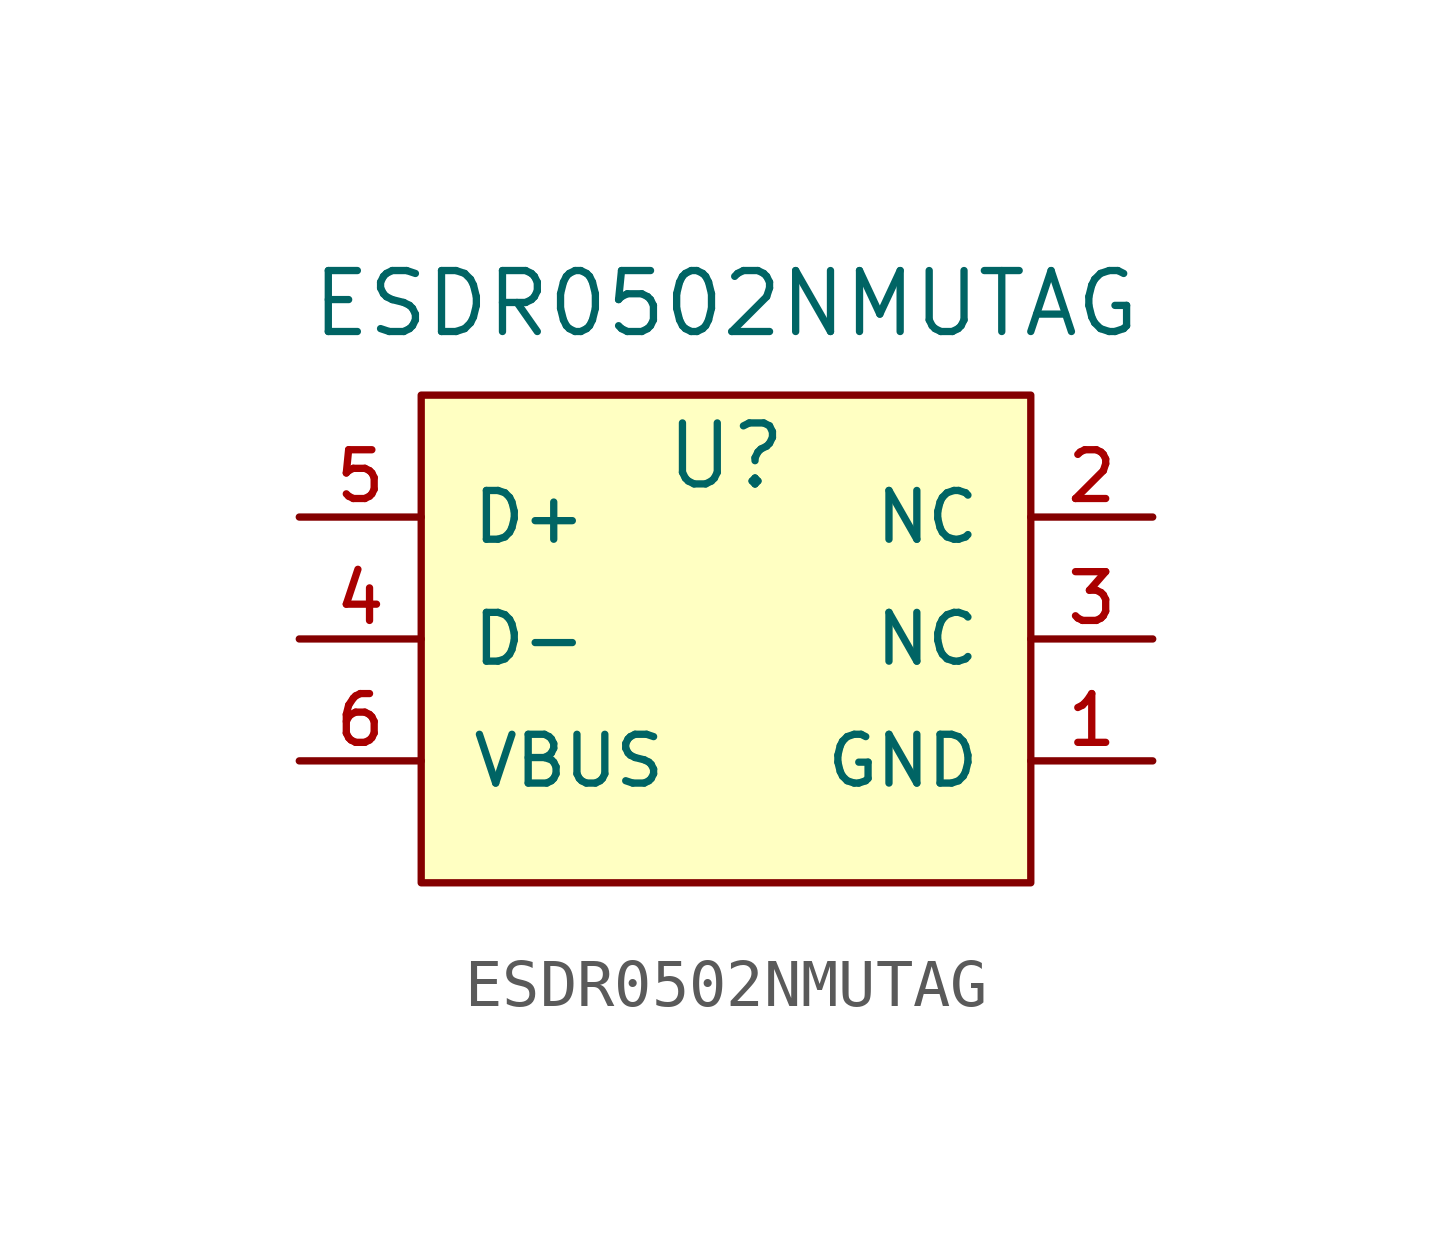
<source format=kicad_sym>
(kicad_symbol_lib
  (version 20211014)
  (generator kicad_symbol_editor)
  (symbol "ESDR0502NMUTAG"
    (pin_names
      (offset 1.016))
    (property "Reference" "U"
      (at 0 3.81 0)
      (effects (font (size 1.27 1.27))))
    (property "Value" "ESDR0502NMUTAG"
      (at 0 6.985 0)
      (effects (font (size 1.27 1.27))))
    (symbol "ESDR0502NMUTAG_1_1"
      (rectangle (start -6.35 5.08) (end 6.35 -5.08) (stroke (width 0) (type default) (color 0 0 0 0)) (fill (type background)))
      (pin power_in line (at 8.89 -2.54 180) (length 2.54) (name "GND" (effects (font (size 1.016 1.016)))) (number "1" (effects (font (size 1.016 1.016)))))
      (pin passive line (at 8.89 2.54 180) (length 2.54) (name "NC" (effects (font (size 1.016 1.016)))) (number "2" (effects (font (size 1.016 1.016)))))
      (pin passive line (at 8.89 0 180) (length 2.54) (name "NC" (effects (font (size 1.016 1.016)))) (number "3" (effects (font (size 1.016 1.016)))))
      (pin passive line (at -8.89 0 0) (length 2.54) (name "D-" (effects (font (size 1.016 1.016)))) (number "4" (effects (font (size 1.016 1.016)))))
      (pin passive line (at -8.89 2.54 0) (length 2.54) (name "D+" (effects (font (size 1.016 1.016)))) (number "5" (effects (font (size 1.016 1.016)))))
      (pin power_in line (at -8.89 -2.54 0) (length 2.54) (name "VBUS" (effects (font (size 1.016 1.016)))) (number "6" (effects (font (size 1.016 1.016))))))))
</source>
